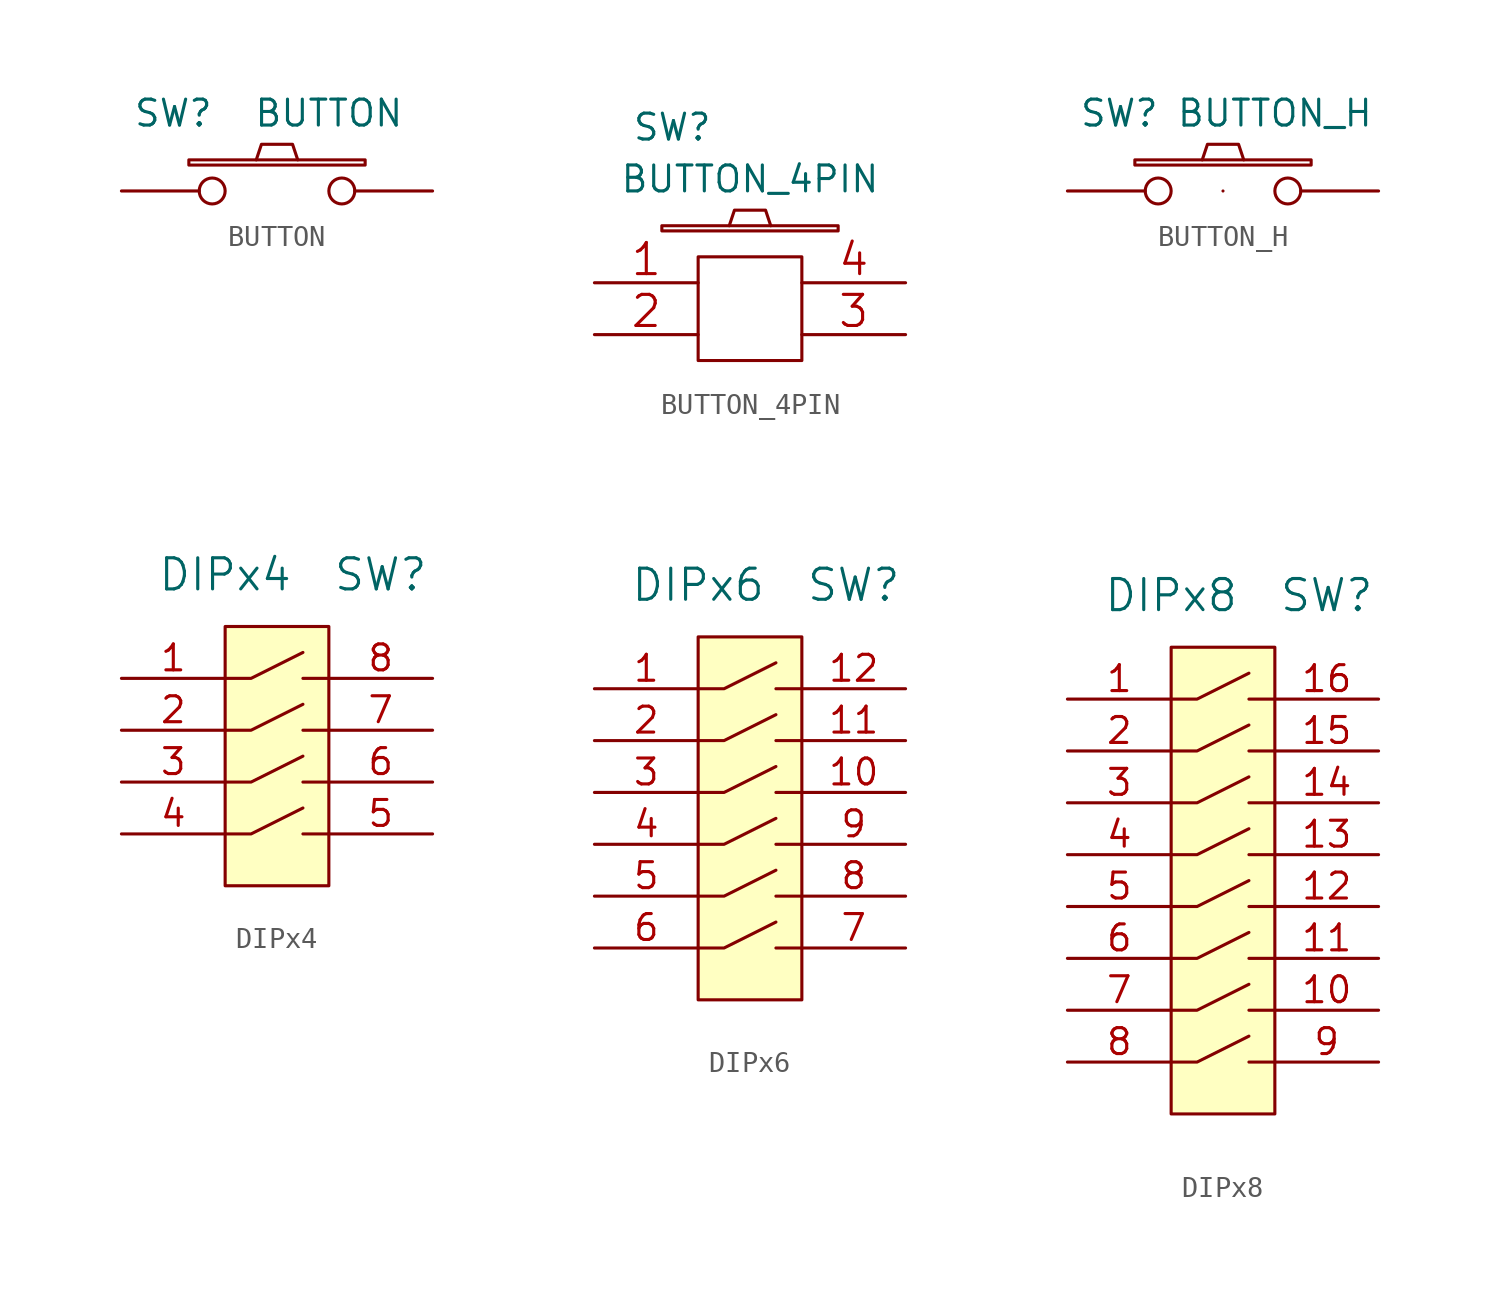
<source format=kicad_sym>
(kicad_symbol_lib
  (version 20200908)
  (generator kicad_symbol_editor)
  (symbol "BtnsSwitches:BUTTON"
    (pin_numbers hide)
    (pin_names
      (offset 1.016) hide)
    (property "Reference" "SW"
      (at -5.08 3.81 0)
      (effects (font (size 1.27 1.27))))
    (property "Value" "BUTTON"
      (at 2.54 3.81 0)
      (effects (font (size 1.27 1.27))))
    (property "Footprint" ""
      (at 0 0 0)
      (effects (font (size 1.524 1.524))))
    (property "Datasheet" ""
      (at 0 0 0)
      (effects (font (size 1.524 1.524))))
    (symbol "BUTTON_0_1"
      (rectangle (start -4.318 1.27) (end 4.318 1.524) (stroke (width 0)) (fill (type none)))
      (polyline (pts (xy -1.016 1.524) (xy -0.762 2.286) (xy 0.762 2.286) (xy 1.016 1.524)) (stroke (width 0)) (fill (type none)))
      (pin passive inverted (at -7.62 0 0) (length 5.08) (name "1" (effects (font (size 1.524 1.524)))) (number "1" (effects (font (size 1.524 1.524)))))
      (pin passive inverted (at 7.62 0 180) (length 5.08) (name "2" (effects (font (size 1.524 1.524)))) (number "2" (effects (font (size 1.524 1.524)))))))
  (symbol "BtnsSwitches:BUTTON_4PIN"
    (pin_names
      (offset 1.016) hide)
    (property "Reference" "SW"
      (at -3.81 7.62 0)
      (effects (font (size 1.27 1.27))))
    (property "Value" "BUTTON_4PIN"
      (at 0 5.08 0)
      (effects (font (size 1.27 1.27))))
    (symbol "BUTTON_4PIN_0_1"
      (rectangle (start -4.318 2.54) (end 4.318 2.794) (stroke (width 0)) (fill (type none)))
      (rectangle (start -2.54 1.27) (end 2.54 -3.81) (stroke (width 0)) (fill (type none)))
      (polyline (pts (xy -1.016 2.794) (xy -0.762 3.556) (xy 0.762 3.556) (xy 1.016 2.794)) (stroke (width 0)) (fill (type none)))
      (pin passive line (at -7.62 0 0) (length 5.08) (name "1" (effects (font (size 1.524 1.524)))) (number "1" (effects (font (size 1.524 1.524)))))
      (pin passive line (at -7.62 -2.54 0) (length 5.08) (name "2" (effects (font (size 1.524 1.524)))) (number "2" (effects (font (size 1.524 1.524)))))
      (pin passive line (at 7.62 -2.54 180) (length 5.08) (name "3" (effects (font (size 1.524 1.524)))) (number "3" (effects (font (size 1.524 1.524)))))
      (pin passive line (at 7.62 0 180) (length 5.08) (name "4" (effects (font (size 1.524 1.524)))) (number "4" (effects (font (size 1.524 1.524)))))))
  (symbol "BtnsSwitches:BUTTON_H"
    (pin_numbers hide)
    (pin_names
      (offset 1.016) hide)
    (property "Reference" "SW"
      (at -5.08 3.81 0)
      (effects (font (size 1.27 1.27))))
    (property "Value" "BUTTON_H"
      (at 2.54 3.81 0)
      (effects (font (size 1.27 1.27))))
    (property "Footprint" ""
      (at 0 0 0)
      (effects (font (size 1.524 1.524))))
    (property "Datasheet" ""
      (at 0 0 0)
      (effects (font (size 1.524 1.524))))
    (symbol "BUTTON_H_0_1"
      (rectangle (start -4.318 1.27) (end 4.318 1.524) (stroke (width 0)) (fill (type none)))
      (polyline (pts (xy -1.016 1.524) (xy -0.762 2.286) (xy 0.762 2.286) (xy 1.016 1.524)) (stroke (width 0)) (fill (type none)))
      (pin passive inverted (at -7.62 0 0) (length 5.08) (name "1" (effects (font (size 1.524 1.524)))) (number "1" (effects (font (size 1.524 1.524)))))
      (pin passive inverted (at 7.62 0 180) (length 5.08) (name "2" (effects (font (size 1.524 1.524)))) (number "2" (effects (font (size 1.524 1.524))))))
    (symbol "BUTTON_H_1_1"
      (pin passive line (at 0 0 0) (length 0) (name "~" (effects (font (size 1.27 1.27)))) (number "H" (effects (font (size 1.27 1.27)))))))
  (symbol "BtnsSwitches:DIPx4"
    (pin_names
      (offset 1.016) hide)
    (property "Reference" "SW"
      (at 5.08 8.89 0)
      (effects (font (size 1.524 1.524))))
    (property "Value" "DIPx4"
      (at -2.54 8.89 0)
      (effects (font (size 1.524 1.524))))
    (property "Footprint" ""
      (at 0 0 0)
      (effects (font (size 1.524 1.524))))
    (property "Datasheet" ""
      (at 0 0 0)
      (effects (font (size 1.524 1.524))))
    (symbol "DIPx4_0_1"
      (rectangle (start -2.54 6.35) (end 2.54 -6.35) (stroke (width 0)) (fill (type background)))
      (polyline (pts (xy 1.27 -3.81) (xy 2.54 -3.81)) (stroke (width 0)) (fill (type none)))
      (polyline (pts (xy 1.27 -1.27) (xy 2.54 -1.27)) (stroke (width 0)) (fill (type none)))
      (polyline (pts (xy 1.27 1.27) (xy 2.54 1.27)) (stroke (width 0)) (fill (type none)))
      (polyline (pts (xy 1.27 3.81) (xy 2.54 3.81)) (stroke (width 0)) (fill (type none)))
      (polyline (pts (xy -2.54 -3.81) (xy -1.27 -3.81) (xy 1.27 -2.54)) (stroke (width 0)) (fill (type none)))
      (polyline (pts (xy -2.54 -1.27) (xy -1.27 -1.27) (xy 1.27 0)) (stroke (width 0)) (fill (type none)))
      (polyline (pts (xy -2.54 1.27) (xy -1.27 1.27) (xy 1.27 2.54)) (stroke (width 0)) (fill (type none)))
      (polyline (pts (xy -2.54 3.81) (xy -1.27 3.81) (xy 1.27 5.08)) (stroke (width 0)) (fill (type none))))
    (symbol "DIPx4_1_1"
      (pin passive line (at -7.62 3.81 0) (length 5.08) (name "~" (effects (font (size 1.27 1.27)))) (number "1" (effects (font (size 1.27 1.27)))))
      (pin passive line (at -7.62 1.27 0) (length 5.08) (name "~" (effects (font (size 1.27 1.27)))) (number "2" (effects (font (size 1.27 1.27)))))
      (pin passive line (at -7.62 -1.27 0) (length 5.08) (name "~" (effects (font (size 1.27 1.27)))) (number "3" (effects (font (size 1.27 1.27)))))
      (pin passive line (at -7.62 -3.81 0) (length 5.08) (name "~" (effects (font (size 1.27 1.27)))) (number "4" (effects (font (size 1.27 1.27)))))
      (pin passive line (at 7.62 -3.81 180) (length 5.08) (name "~" (effects (font (size 1.27 1.27)))) (number "5" (effects (font (size 1.27 1.27)))))
      (pin passive line (at 7.62 -1.27 180) (length 5.08) (name "~" (effects (font (size 1.27 1.27)))) (number "6" (effects (font (size 1.27 1.27)))))
      (pin passive line (at 7.62 1.27 180) (length 5.08) (name "~" (effects (font (size 1.27 1.27)))) (number "7" (effects (font (size 1.27 1.27)))))
      (pin passive line (at 7.62 3.81 180) (length 5.08) (name "~" (effects (font (size 1.27 1.27)))) (number "8" (effects (font (size 1.27 1.27)))))))
  (symbol "BtnsSwitches:DIPx6"
    (pin_names
      (offset 1.016) hide)
    (property "Reference" "SW"
      (at 5.08 8.89 0)
      (effects (font (size 1.524 1.524))))
    (property "Value" "DIPx6"
      (at -2.54 8.89 0)
      (effects (font (size 1.524 1.524))))
    (property "Footprint" ""
      (at 0 0 0)
      (effects (font (size 1.524 1.524))))
    (property "Datasheet" ""
      (at 0 0 0)
      (effects (font (size 1.524 1.524))))
    (symbol "DIPx6_0_1"
      (rectangle (start -2.54 6.35) (end 2.54 -11.43) (stroke (width 0)) (fill (type background)))
      (polyline (pts (xy 1.27 -8.89) (xy 2.54 -8.89)) (stroke (width 0)) (fill (type none)))
      (polyline (pts (xy 1.27 -6.35) (xy 2.54 -6.35)) (stroke (width 0)) (fill (type none)))
      (polyline (pts (xy 1.27 -3.81) (xy 2.54 -3.81)) (stroke (width 0)) (fill (type none)))
      (polyline (pts (xy 1.27 -1.27) (xy 2.54 -1.27)) (stroke (width 0)) (fill (type none)))
      (polyline (pts (xy 1.27 1.27) (xy 2.54 1.27)) (stroke (width 0)) (fill (type none)))
      (polyline (pts (xy 1.27 3.81) (xy 2.54 3.81)) (stroke (width 0)) (fill (type none)))
      (polyline (pts (xy -2.54 -8.89) (xy -1.27 -8.89) (xy 1.27 -7.62)) (stroke (width 0)) (fill (type none)))
      (polyline (pts (xy -2.54 -6.35) (xy -1.27 -6.35) (xy 1.27 -5.08)) (stroke (width 0)) (fill (type none)))
      (polyline (pts (xy -2.54 -3.81) (xy -1.27 -3.81) (xy 1.27 -2.54)) (stroke (width 0)) (fill (type none)))
      (polyline (pts (xy -2.54 -1.27) (xy -1.27 -1.27) (xy 1.27 0)) (stroke (width 0)) (fill (type none)))
      (polyline (pts (xy -2.54 1.27) (xy -1.27 1.27) (xy 1.27 2.54)) (stroke (width 0)) (fill (type none)))
      (polyline (pts (xy -2.54 3.81) (xy -1.27 3.81) (xy 1.27 5.08)) (stroke (width 0)) (fill (type none))))
    (symbol "DIPx6_1_1"
      (pin passive line (at -7.62 3.81 0) (length 5.08) (name "~" (effects (font (size 1.27 1.27)))) (number "1" (effects (font (size 1.27 1.27)))))
      (pin passive line (at 7.62 -1.27 180) (length 5.08) (name "~" (effects (font (size 1.27 1.27)))) (number "10" (effects (font (size 1.27 1.27)))))
      (pin passive line (at 7.62 1.27 180) (length 5.08) (name "~" (effects (font (size 1.27 1.27)))) (number "11" (effects (font (size 1.27 1.27)))))
      (pin passive line (at 7.62 3.81 180) (length 5.08) (name "~" (effects (font (size 1.27 1.27)))) (number "12" (effects (font (size 1.27 1.27)))))
      (pin passive line (at -7.62 1.27 0) (length 5.08) (name "~" (effects (font (size 1.27 1.27)))) (number "2" (effects (font (size 1.27 1.27)))))
      (pin passive line (at -7.62 -1.27 0) (length 5.08) (name "~" (effects (font (size 1.27 1.27)))) (number "3" (effects (font (size 1.27 1.27)))))
      (pin passive line (at -7.62 -3.81 0) (length 5.08) (name "~" (effects (font (size 1.27 1.27)))) (number "4" (effects (font (size 1.27 1.27)))))
      (pin passive line (at -7.62 -6.35 0) (length 5.08) (name "~" (effects (font (size 1.27 1.27)))) (number "5" (effects (font (size 1.27 1.27)))))
      (pin passive line (at -7.62 -8.89 0) (length 5.08) (name "~" (effects (font (size 1.27 1.27)))) (number "6" (effects (font (size 1.27 1.27)))))
      (pin passive line (at 7.62 -8.89 180) (length 5.08) (name "~" (effects (font (size 1.27 1.27)))) (number "7" (effects (font (size 1.27 1.27)))))
      (pin passive line (at 7.62 -6.35 180) (length 5.08) (name "~" (effects (font (size 1.27 1.27)))) (number "8" (effects (font (size 1.27 1.27)))))
      (pin passive line (at 7.62 -3.81 180) (length 5.08) (name "~" (effects (font (size 1.27 1.27)))) (number "9" (effects (font (size 1.27 1.27)))))))
  (symbol "BtnsSwitches:DIPx8"
    (pin_names
      (offset 1.016) hide)
    (property "Reference" "SW"
      (at 5.08 8.89 0)
      (effects (font (size 1.524 1.524))))
    (property "Value" "DIPx8"
      (at -2.54 8.89 0)
      (effects (font (size 1.524 1.524))))
    (property "Footprint" ""
      (at 0 0 0)
      (effects (font (size 1.524 1.524))))
    (property "Datasheet" ""
      (at 0 0 0)
      (effects (font (size 1.524 1.524))))
    (symbol "DIPx8_0_1"
      (rectangle (start -2.54 6.35) (end 2.54 -16.51) (stroke (width 0)) (fill (type background)))
      (polyline (pts (xy 1.27 -13.97) (xy 2.54 -13.97)) (stroke (width 0)) (fill (type none)))
      (polyline (pts (xy 1.27 -11.43) (xy 2.54 -11.43)) (stroke (width 0)) (fill (type none)))
      (polyline (pts (xy 1.27 -8.89) (xy 2.54 -8.89)) (stroke (width 0)) (fill (type none)))
      (polyline (pts (xy 1.27 -6.35) (xy 2.54 -6.35)) (stroke (width 0)) (fill (type none)))
      (polyline (pts (xy 1.27 -3.81) (xy 2.54 -3.81)) (stroke (width 0)) (fill (type none)))
      (polyline (pts (xy 1.27 -1.27) (xy 2.54 -1.27)) (stroke (width 0)) (fill (type none)))
      (polyline (pts (xy 1.27 1.27) (xy 2.54 1.27)) (stroke (width 0)) (fill (type none)))
      (polyline (pts (xy 1.27 3.81) (xy 2.54 3.81)) (stroke (width 0)) (fill (type none)))
      (polyline (pts (xy -2.54 -13.97) (xy -1.27 -13.97) (xy 1.27 -12.7)) (stroke (width 0)) (fill (type none)))
      (polyline (pts (xy -2.54 -11.43) (xy -1.27 -11.43) (xy 1.27 -10.16)) (stroke (width 0)) (fill (type none)))
      (polyline (pts (xy -2.54 -8.89) (xy -1.27 -8.89) (xy 1.27 -7.62)) (stroke (width 0)) (fill (type none)))
      (polyline (pts (xy -2.54 -6.35) (xy -1.27 -6.35) (xy 1.27 -5.08)) (stroke (width 0)) (fill (type none)))
      (polyline (pts (xy -2.54 -3.81) (xy -1.27 -3.81) (xy 1.27 -2.54)) (stroke (width 0)) (fill (type none)))
      (polyline (pts (xy -2.54 -1.27) (xy -1.27 -1.27) (xy 1.27 0)) (stroke (width 0)) (fill (type none)))
      (polyline (pts (xy -2.54 1.27) (xy -1.27 1.27) (xy 1.27 2.54)) (stroke (width 0)) (fill (type none)))
      (polyline (pts (xy -2.54 3.81) (xy -1.27 3.81) (xy 1.27 5.08)) (stroke (width 0)) (fill (type none))))
    (symbol "DIPx8_1_1"
      (pin passive line (at -7.62 3.81 0) (length 5.08) (name "~" (effects (font (size 1.27 1.27)))) (number "1" (effects (font (size 1.27 1.27)))))
      (pin passive line (at 7.62 -11.43 180) (length 5.08) (name "~" (effects (font (size 1.27 1.27)))) (number "10" (effects (font (size 1.27 1.27)))))
      (pin passive line (at 7.62 -8.89 180) (length 5.08) (name "~" (effects (font (size 1.27 1.27)))) (number "11" (effects (font (size 1.27 1.27)))))
      (pin passive line (at 7.62 -6.35 180) (length 5.08) (name "~" (effects (font (size 1.27 1.27)))) (number "12" (effects (font (size 1.27 1.27)))))
      (pin passive line (at 7.62 -3.81 180) (length 5.08) (name "~" (effects (font (size 1.27 1.27)))) (number "13" (effects (font (size 1.27 1.27)))))
      (pin passive line (at 7.62 -1.27 180) (length 5.08) (name "~" (effects (font (size 1.27 1.27)))) (number "14" (effects (font (size 1.27 1.27)))))
      (pin passive line (at 7.62 1.27 180) (length 5.08) (name "~" (effects (font (size 1.27 1.27)))) (number "15" (effects (font (size 1.27 1.27)))))
      (pin passive line (at 7.62 3.81 180) (length 5.08) (name "~" (effects (font (size 1.27 1.27)))) (number "16" (effects (font (size 1.27 1.27)))))
      (pin passive line (at -7.62 1.27 0) (length 5.08) (name "~" (effects (font (size 1.27 1.27)))) (number "2" (effects (font (size 1.27 1.27)))))
      (pin passive line (at -7.62 -1.27 0) (length 5.08) (name "~" (effects (font (size 1.27 1.27)))) (number "3" (effects (font (size 1.27 1.27)))))
      (pin passive line (at -7.62 -3.81 0) (length 5.08) (name "~" (effects (font (size 1.27 1.27)))) (number "4" (effects (font (size 1.27 1.27)))))
      (pin passive line (at -7.62 -6.35 0) (length 5.08) (name "~" (effects (font (size 1.27 1.27)))) (number "5" (effects (font (size 1.27 1.27)))))
      (pin passive line (at -7.62 -8.89 0) (length 5.08) (name "~" (effects (font (size 1.27 1.27)))) (number "6" (effects (font (size 1.27 1.27)))))
      (pin passive line (at -7.62 -11.43 0) (length 5.08) (name "~" (effects (font (size 1.27 1.27)))) (number "7" (effects (font (size 1.27 1.27)))))
      (pin passive line (at -7.62 -13.97 0) (length 5.08) (name "~" (effects (font (size 1.27 1.27)))) (number "8" (effects (font (size 1.27 1.27)))))
      (pin passive line (at 7.62 -13.97 180) (length 5.08) (name "~" (effects (font (size 1.27 1.27)))) (number "9" (effects (font (size 1.27 1.27))))))))
</source>
